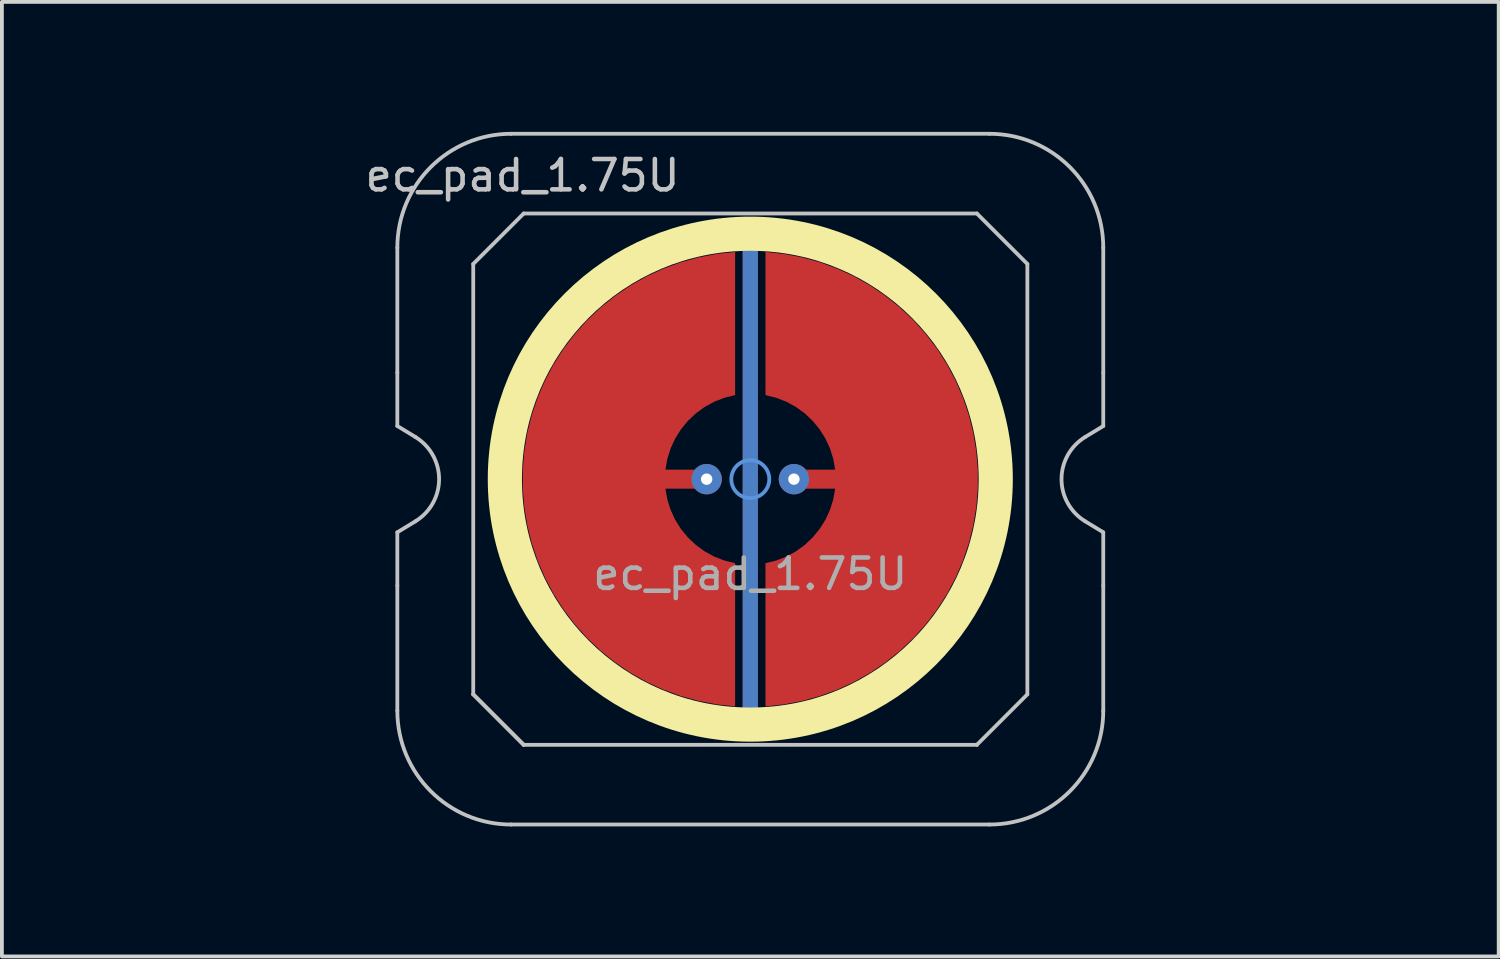
<source format=kicad_pcb>
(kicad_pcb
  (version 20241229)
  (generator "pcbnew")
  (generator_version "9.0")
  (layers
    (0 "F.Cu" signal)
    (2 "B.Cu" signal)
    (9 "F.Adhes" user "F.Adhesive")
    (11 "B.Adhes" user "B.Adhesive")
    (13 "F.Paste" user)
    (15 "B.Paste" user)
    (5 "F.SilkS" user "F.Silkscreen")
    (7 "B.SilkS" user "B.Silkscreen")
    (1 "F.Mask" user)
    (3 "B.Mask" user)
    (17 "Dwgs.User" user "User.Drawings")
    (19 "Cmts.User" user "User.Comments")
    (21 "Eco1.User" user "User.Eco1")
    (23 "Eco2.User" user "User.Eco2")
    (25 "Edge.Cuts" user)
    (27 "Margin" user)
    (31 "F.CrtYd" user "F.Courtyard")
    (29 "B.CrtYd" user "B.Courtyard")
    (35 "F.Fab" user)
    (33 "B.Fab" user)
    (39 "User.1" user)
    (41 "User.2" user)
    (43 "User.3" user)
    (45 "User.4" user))
  (footprint "ec_pad_1.75U"
    (layer "F.Cu")
    (at 16.719 9.575)
    (property "Reference" "ec_pad_1.75U" (at -6 -8 0) (layer "Dwgs.User") (effects (font (size 0.8 0.8) (thickness 0.12))))
    (attr exclude_from_pos_files exclude_from_bom)
    (fp_circle (center 0 0) (end -6.467 0) (stroke (width 0.9) (type solid)) (fill no) (layer "F.SilkS"))
    (fp_line (start -9.3 -2.805) (end -9.3 -6.1) (stroke (width 0.1) (type solid)) (layer "Dwgs.User"))
    (fp_line (start -9.3 -1.4) (end -9.3 -2.805) (stroke (width 0.1) (type solid)) (layer "Dwgs.User"))
    (fp_line (start -9.3 1.4) (end -8.824 1.111) (stroke (width 0.1) (type solid)) (layer "Dwgs.User"))
    (fp_line (start -9.3 2.805) (end -9.3 1.4) (stroke (width 0.1) (type solid)) (layer "Dwgs.User"))
    (fp_line (start -9.3 6.1) (end -9.3 2.805) (stroke (width 0.1) (type solid)) (layer "Dwgs.User"))
    (fp_line (start -8.824 -1.111) (end -9.3 -1.4) (stroke (width 0.1) (type solid)) (layer "Dwgs.User"))
    (fp_line (start -7.3 -5.67) (end -5.97 -7) (stroke (width 0.1) (type solid)) (layer "Dwgs.User"))
    (fp_line (start -7.3 5.67) (end -7.3 -5.67) (stroke (width 0.1) (type solid)) (layer "Dwgs.User"))
    (fp_line (start -7.3 5.67) (end -5.97 7) (stroke (width 0.1) (type solid)) (layer "Dwgs.User"))
    (fp_line (start -6.3 -9.1) (end 6.3 -9.1) (stroke (width 0.1) (type solid)) (layer "Dwgs.User"))
    (fp_line (start -5.97 -7) (end 5.97 -7) (stroke (width 0.1) (type solid)) (layer "Dwgs.User"))
    (fp_line (start -5.97 7) (end -7.3 5.67) (stroke (width 0.1) (type solid)) (layer "Dwgs.User"))
    (fp_line (start 5.97 -7) (end 7.3 -5.67) (stroke (width 0.1) (type solid)) (layer "Dwgs.User"))
    (fp_line (start 5.97 7) (end -5.97 7) (stroke (width 0.1) (type solid)) (layer "Dwgs.User"))
    (fp_line (start 6.3 9.1) (end -6.3 9.1) (stroke (width 0.1) (type solid)) (layer "Dwgs.User"))
    (fp_line (start 7.3 -5.67) (end 7.3 5.67) (stroke (width 0.1) (type solid)) (layer "Dwgs.User"))
    (fp_line (start 7.3 5.67) (end 5.97 7) (stroke (width 0.1) (type solid)) (layer "Dwgs.User"))
    (fp_line (start 8.824 1.111) (end 9.3 1.4) (stroke (width 0.1) (type solid)) (layer "Dwgs.User"))
    (fp_line (start 9.3 -6.1) (end 9.3 -2.805) (stroke (width 0.1) (type solid)) (layer "Dwgs.User"))
    (fp_line (start 9.3 -2.805) (end 9.3 -1.4) (stroke (width 0.1) (type solid)) (layer "Dwgs.User"))
    (fp_line (start 9.3 -1.4) (end 8.824 -1.111) (stroke (width 0.1) (type solid)) (layer "Dwgs.User"))
    (fp_line (start 9.3 1.4) (end 9.3 2.805) (stroke (width 0.1) (type solid)) (layer "Dwgs.User"))
    (fp_line (start 9.3 2.805) (end 9.3 6.1) (stroke (width 0.1) (type solid)) (layer "Dwgs.User"))
    (fp_arc (start -9.3 -6.1) (mid -8.42132 -8.22132) (end -6.3 -9.1) (stroke (width 0.1) (type solid)) (layer "Dwgs.User"))
    (fp_arc (start -8.824333 -1.110619) (mid -8.2 0) (end -8.824333 1.110619) (stroke (width 0.1) (type solid)) (layer "Dwgs.User"))
    (fp_arc (start -6.3 9.1) (mid -8.42132 8.22132) (end -9.3 6.1) (stroke (width 0.1) (type solid)) (layer "Dwgs.User"))
    (fp_arc (start 6.3 -9.1) (mid 8.42132 -8.22132) (end 9.3 -6.1) (stroke (width 0.1) (type solid)) (layer "Dwgs.User"))
    (fp_arc (start 8.824333 1.110619) (mid 8.2 0) (end 8.824333 -1.110619) (stroke (width 0.1) (type solid)) (layer "Dwgs.User"))
    (fp_arc (start 9.3 6.1) (mid 8.42132 8.22132) (end 6.3 9.1) (stroke (width 0.1) (type solid)) (layer "Dwgs.User"))
    (fp_circle (center 0 0) (end 0.5 0) (stroke (width 0.1) (type default)) (fill no) (layer "Cmts.User"))
    (fp_rect (start -16.669 -9.525) (end 16.669 9.525) (stroke (width 0.1) (type default)) (fill no) (layer "Eco2.User"))
    (fp_text user "${REFERENCE}" (at 0 2.5 180) (layer "F.Fab") (effects (font (size 0.8 0.8) (thickness 0.12))))
    (pad "1" thru_hole circle (at -1.15 0 90) (size 0.8 0.8) (drill 0.3) (layers "*.Cu"))
    (pad "1" smd custom (at -1 0) (size 0.4 0.4) (layers "F.Cu") (options (anchor circle)) (primitives (gr_poly (pts (xy 0.6 -2.214) (xy 0.32 -2.145) (xy 0.052 -2.041) (xy -0.201 -1.903) (xy -0.434 -1.734) (xy -0.644 -1.536) (xy -0.826 -1.314) (xy -0.979 -1.07) (xy -1.1 -0.808) (xy -1.186 -0.534) (xy -1.236 -0.25) (xy 0 -0.25) (xy 0.096 -0.231) (xy 0.177 -0.177) (xy 0.231 -0.096) (xy 0.25 0) (xy 0.231 0.096) (xy 0.177 0.177) (xy 0.096 0.231) (xy 0 0.25) (xy -1.236 0.25) (xy -1.186 0.534) (xy -1.1 0.808) (xy -0.979 1.07) (xy -0.826 1.314) (xy -0.644 1.536) (xy -0.434 1.734) (xy -0.201 1.903) (xy 0.052 2.041) (xy 0.32 2.145) (xy 0.6 2.214) (xy 0.6 5.987) (xy 0.115 5.934) (xy -0.364 5.843) (xy -0.834 5.713) (xy -1.292 5.545) (xy -1.735 5.341) (xy -2.159 5.101) (xy -2.563 4.827) (xy -2.943 4.522) (xy -3.298 4.187) (xy -3.623 3.824) (xy -3.919 3.436) (xy -4.182 3.025) (xy -4.41 2.594) (xy -4.603 2.147) (xy -4.759 1.684) (xy -4.876 1.211) (xy -4.955 0.73) (xy -4.995 0.244) (xy -4.995 -0.244) (xy -4.955 -0.73) (xy -4.876 -1.211) (xy -4.759 -1.684) (xy -4.603 -2.147) (xy -4.41 -2.594) (xy -4.182 -3.025) (xy -3.919 -3.436) (xy -3.623 -3.824) (xy -3.298 -4.187) (xy -2.943 -4.522) (xy -2.563 -4.827) (xy -2.159 -5.101) (xy -1.735 -5.341) (xy -1.292 -5.545) (xy -0.834 -5.713) (xy -0.364 -5.843) (xy 0.115 -5.934) (xy 0.6 -5.987)) (width 0) (fill yes))))
    (pad "2" smd custom (at 1 0 180) (size 0.4 0.4) (layers "F.Cu") (options (anchor circle)) (primitives (gr_poly (pts (xy 0.6 -2.214) (xy 0.32 -2.145) (xy 0.052 -2.041) (xy -0.201 -1.903) (xy -0.434 -1.734) (xy -0.644 -1.536) (xy -0.826 -1.314) (xy -0.979 -1.07) (xy -1.1 -0.808) (xy -1.186 -0.534) (xy -1.236 -0.25) (xy 0 -0.25) (xy 0.096 -0.231) (xy 0.177 -0.177) (xy 0.231 -0.096) (xy 0.25 0) (xy 0.231 0.096) (xy 0.177 0.177) (xy 0.096 0.231) (xy 0 0.25) (xy -1.236 0.25) (xy -1.186 0.534) (xy -1.1 0.808) (xy -0.979 1.07) (xy -0.826 1.314) (xy -0.644 1.536) (xy -0.434 1.734) (xy -0.201 1.903) (xy 0.052 2.041) (xy 0.32 2.145) (xy 0.6 2.214) (xy 0.6 5.987) (xy 0.115 5.934) (xy -0.364 5.843) (xy -0.834 5.713) (xy -1.292 5.545) (xy -1.735 5.341) (xy -2.159 5.101) (xy -2.563 4.827) (xy -2.943 4.522) (xy -3.298 4.187) (xy -3.623 3.824) (xy -3.919 3.436) (xy -4.182 3.025) (xy -4.41 2.594) (xy -4.603 2.147) (xy -4.759 1.684) (xy -4.876 1.211) (xy -4.955 0.73) (xy -4.995 0.244) (xy -4.995 -0.244) (xy -4.955 -0.73) (xy -4.876 -1.211) (xy -4.759 -1.684) (xy -4.603 -2.147) (xy -4.41 -2.594) (xy -4.182 -3.025) (xy -3.919 -3.436) (xy -3.623 -3.824) (xy -3.298 -4.187) (xy -2.943 -4.522) (xy -2.563 -4.827) (xy -2.159 -5.101) (xy -1.735 -5.341) (xy -1.292 -5.545) (xy -0.834 -5.713) (xy -0.364 -5.843) (xy 0.115 -5.934) (xy 0.6 -5.987)) (width 0) (fill yes))))
    (pad "2" thru_hole circle (at 1.15 0 90) (size 0.8 0.8) (drill 0.3) (layers "*.Cu"))
    (pad "3" smd roundrect (at 0 0) (size 0.4 12.5) (layers "B.Cu") (roundrect_rratio 0.5))
    (pad "3" smd roundrect (at 0 0) (size 0.4 12.75) (layers "F.Cu") (roundrect_rratio 0.5))
    (zone (net_name "") (layer "F.Cu") (hatch edge 0.508) (connect_pads) (min_thickness 0.254) (filled_areas_thickness no) (keepout (tracks allowed) (vias allowed) (pads allowed) (copperpour not_allowed) (footprints allowed)) (placement (enabled no)) (fill) (polygon (pts (xy 16.719 15.825) (xy 16.174 15.801) (xy 15.633 15.73) (xy 15.101 15.612) (xy 14.581 15.448) (xy 14.077 15.239) (xy 13.594 14.988) (xy 13.134 14.695) (xy 12.701 14.363) (xy 12.299 13.994) (xy 11.931 13.592) (xy 11.599 13.16) (xy 11.306 12.7) (xy 11.054 12.216) (xy 10.846 11.713) (xy 10.682 11.193) (xy 10.564 10.66) (xy 10.493 10.12) (xy 10.469 9.575) (xy 10.493 9.03) (xy 10.564 8.49) (xy 10.682 7.957) (xy 10.846 7.437) (xy 11.054 6.934) (xy 11.306 6.45) (xy 11.599 5.99) (xy 11.931 5.558) (xy 12.299 5.156) (xy 12.701 4.787) (xy 13.134 4.455) (xy 13.594 4.162) (xy 14.077 3.911) (xy 14.581 3.702) (xy 15.101 3.538) (xy 15.633 3.42) (xy 16.174 3.349) (xy 16.719 3.325) (xy 17.263 3.349) (xy 17.804 3.42) (xy 18.336 3.538) (xy 18.856 3.702) (xy 19.36 3.911) (xy 19.844 4.162) (xy 20.304 4.455) (xy 20.736 4.787) (xy 21.138 5.156) (xy 21.507 5.558) (xy 21.838 5.99) (xy 22.131 6.45) (xy 22.383 6.934) (xy 22.592 7.437) (xy 22.756 7.957) (xy 22.874 8.49) (xy 22.945 9.03) (xy 22.969 9.575) (xy 22.945 10.12) (xy 22.874 10.66) (xy 22.756 11.193) (xy 22.592 11.713) (xy 22.383 12.216) (xy 22.131 12.7) (xy 21.838 13.16) (xy 21.507 13.592) (xy 21.138 13.994) (xy 20.736 14.363) (xy 20.304 14.695) (xy 19.844 14.988) (xy 19.36 15.239) (xy 18.856 15.448) (xy 18.336 15.612) (xy 17.804 15.73) (xy 17.263 15.801))))
    (zone (net_name "") (layer "B.Cu") (hatch edge 0.1) (connect_pads) (min_thickness 0.254) (filled_areas_thickness no) (keepout (tracks allowed) (vias allowed) (pads allowed) (copperpour not_allowed) (footprints allowed)) (placement (enabled no)) (fill) (polygon (pts (xy 16.719 15.575) (xy 16.196 15.552) (xy 15.677 15.484) (xy 15.166 15.371) (xy 14.667 15.213) (xy 14.183 15.013) (xy 13.719 14.771) (xy 13.277 14.49) (xy 12.862 14.171) (xy 12.476 13.818) (xy 12.122 13.432) (xy 11.804 13.016) (xy 11.523 12.575) (xy 11.281 12.111) (xy 11.081 11.627) (xy 10.923 11.128) (xy 10.81 10.617) (xy 10.742 10.098) (xy 10.719 9.575) (xy 10.742 9.052) (xy 10.81 8.533) (xy 10.923 8.022) (xy 11.081 7.523) (xy 11.281 7.039) (xy 11.523 6.575) (xy 11.804 6.134) (xy 12.122 5.718) (xy 12.476 5.332) (xy 12.862 4.979) (xy 13.277 4.66) (xy 13.719 4.379) (xy 14.183 4.137) (xy 14.667 3.937) (xy 15.166 3.779) (xy 15.677 3.666) (xy 16.196 3.598) (xy 16.719 3.575) (xy 17.242 3.598) (xy 17.761 3.666) (xy 18.272 3.779) (xy 18.771 3.937) (xy 19.254 4.137) (xy 19.719 4.379) (xy 20.16 4.66) (xy 20.575 4.979) (xy 20.961 5.332) (xy 21.315 5.718) (xy 21.634 6.134) (xy 21.915 6.575) (xy 22.157 7.039) (xy 22.357 7.523) (xy 22.514 8.022) (xy 22.628 8.533) (xy 22.696 9.052) (xy 22.719 9.575) (xy 22.696 10.098) (xy 22.628 10.617) (xy 22.514 11.128) (xy 22.357 11.627) (xy 22.157 12.111) (xy 21.915 12.575) (xy 21.634 13.016) (xy 21.315 13.432) (xy 20.961 13.818) (xy 20.575 14.171) (xy 20.16 14.49) (xy 19.719 14.771) (xy 19.254 15.013) (xy 18.771 15.213) (xy 18.272 15.371) (xy 17.761 15.484) (xy 17.242 15.552)))))
  (gr_rect
    (start -3 -3)
    (end 36.438 22.15)
    (stroke (width 0.1) (type default))
    (fill no)
    (layer "Edge.Cuts")))
</source>
